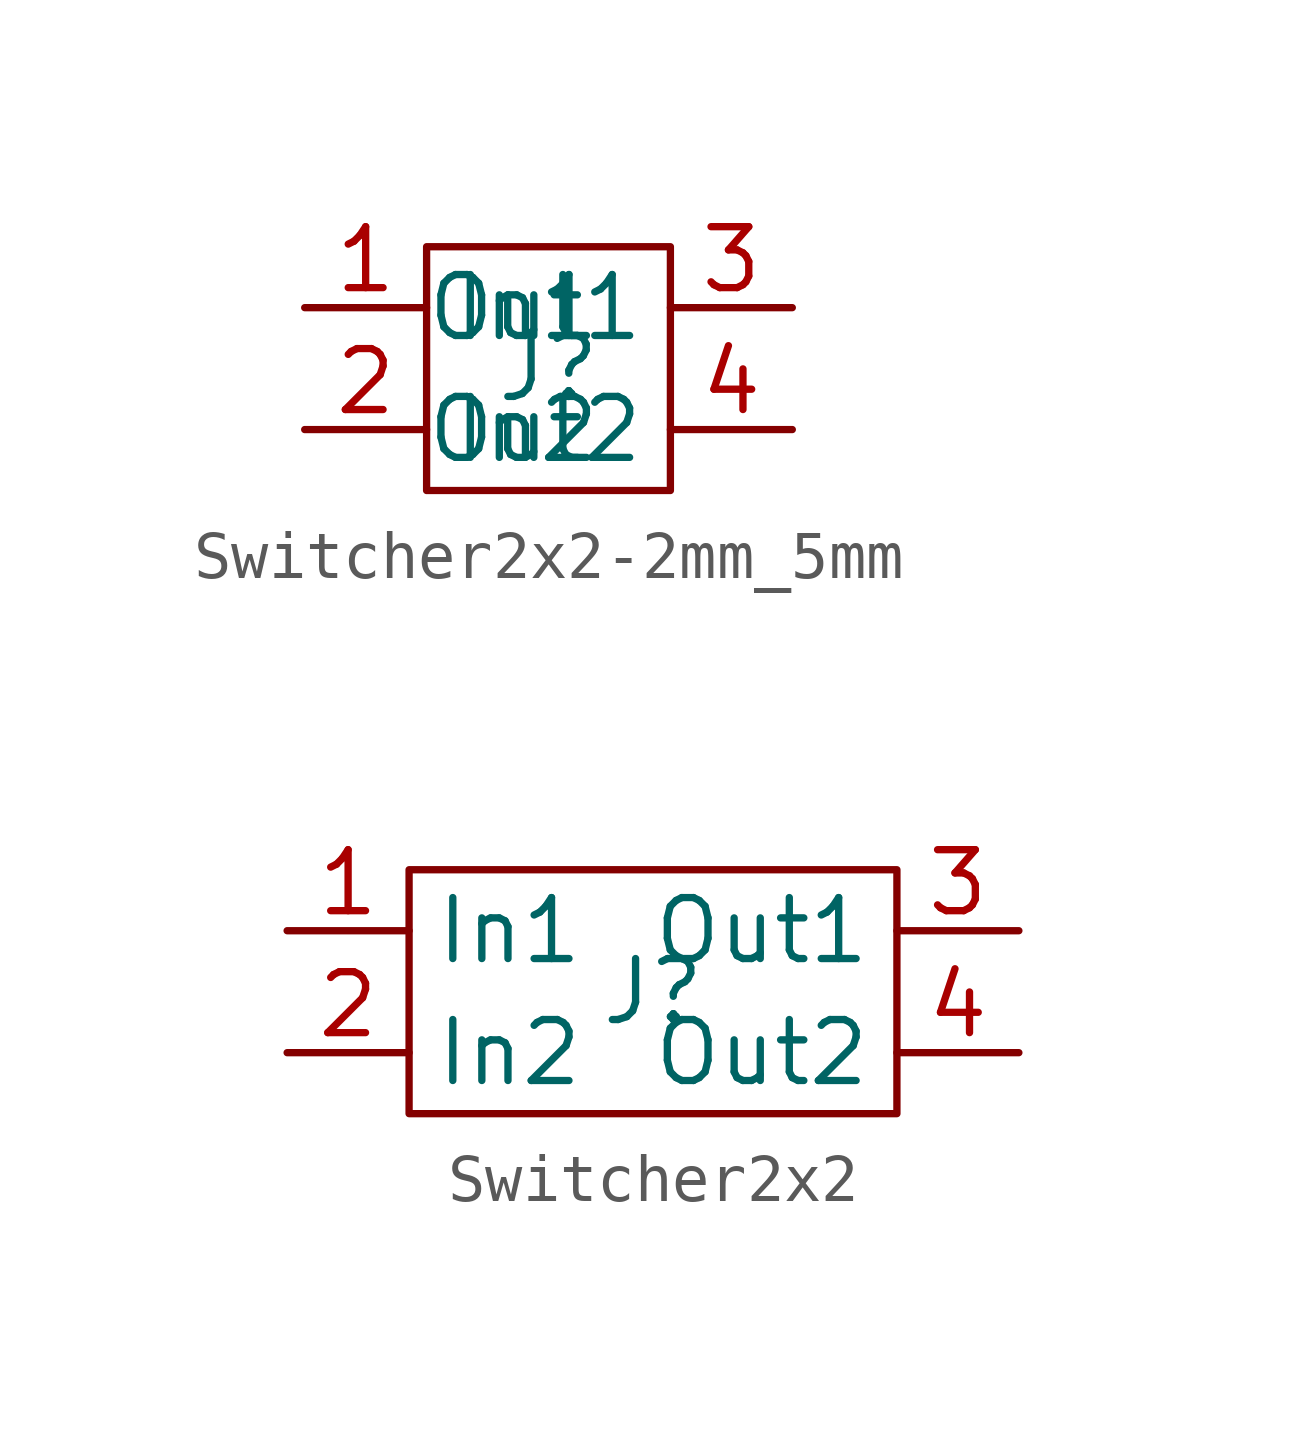
<source format=kicad_sym>
(kicad_symbol_lib
  (version 20241209)
  (generator "kicad_symbol_editor")
  (generator_version "9.0")
  (symbol "Switcher2x2-2mm_5mm"
    (property "Reference" "J"
      (at 0 0 0)
      (effects (font (size 1.27 1.27))))
    (property "Value" ""
      (at 0 0 0)
      (effects (font (size 1.27 1.27))))
    (symbol "Switcher2x2-2mm_5mm_0_1"
      (rectangle (start -2.54 2.54) (end 2.54 -2.54) (stroke (width 0) (type default)) (fill (type none))))
    (symbol "Switcher2x2-2mm_5mm_1_1"
      (pin bidirectional line (at -5.08 1.27 0) (length 2.54) (name "In1" (effects (font (size 1.27 1.27)))) (number "1" (effects (font (size 1.27 1.27)))))
      (pin bidirectional line (at -5.08 -1.27 0) (length 2.54) (name "In2" (effects (font (size 1.27 1.27)))) (number "2" (effects (font (size 1.27 1.27)))))
      (pin bidirectional line (at 5.08 1.27 180) (length 2.54) (name "Out1" (effects (font (size 1.27 1.27)))) (number "3" (effects (font (size 1.27 1.27)))))
      (pin bidirectional line (at 5.08 -1.27 180) (length 2.54) (name "Out2" (effects (font (size 1.27 1.27)))) (number "4" (effects (font (size 1.27 1.27)))))))
  (symbol "Switcher2x2"
    (property "Reference" "J"
      (at 0 0 0)
      (effects (font (size 1.27 1.27))))
    (property "Value" ""
      (at 0 0 0)
      (effects (font (size 1.27 1.27))))
    (symbol "Switcher2x2_0_1"
      (rectangle (start -5.08 2.54) (end 5.08 -2.54) (stroke (width 0) (type default)) (fill (type none))))
    (symbol "Switcher2x2_1_1"
      (pin passive line (at -7.62 1.27 0) (length 2.54) (name "In1" (effects (font (size 1.27 1.27)))) (number "1" (effects (font (size 1.27 1.27)))))
      (pin passive line (at -7.62 -1.27 0) (length 2.54) (name "In2" (effects (font (size 1.27 1.27)))) (number "2" (effects (font (size 1.27 1.27)))))
      (pin passive line (at 7.62 1.27 180) (length 2.54) (name "Out1" (effects (font (size 1.27 1.27)))) (number "3" (effects (font (size 1.27 1.27)))))
      (pin passive line (at 7.62 -1.27 180) (length 2.54) (name "Out2" (effects (font (size 1.27 1.27)))) (number "4" (effects (font (size 1.27 1.27))))))))
</source>
